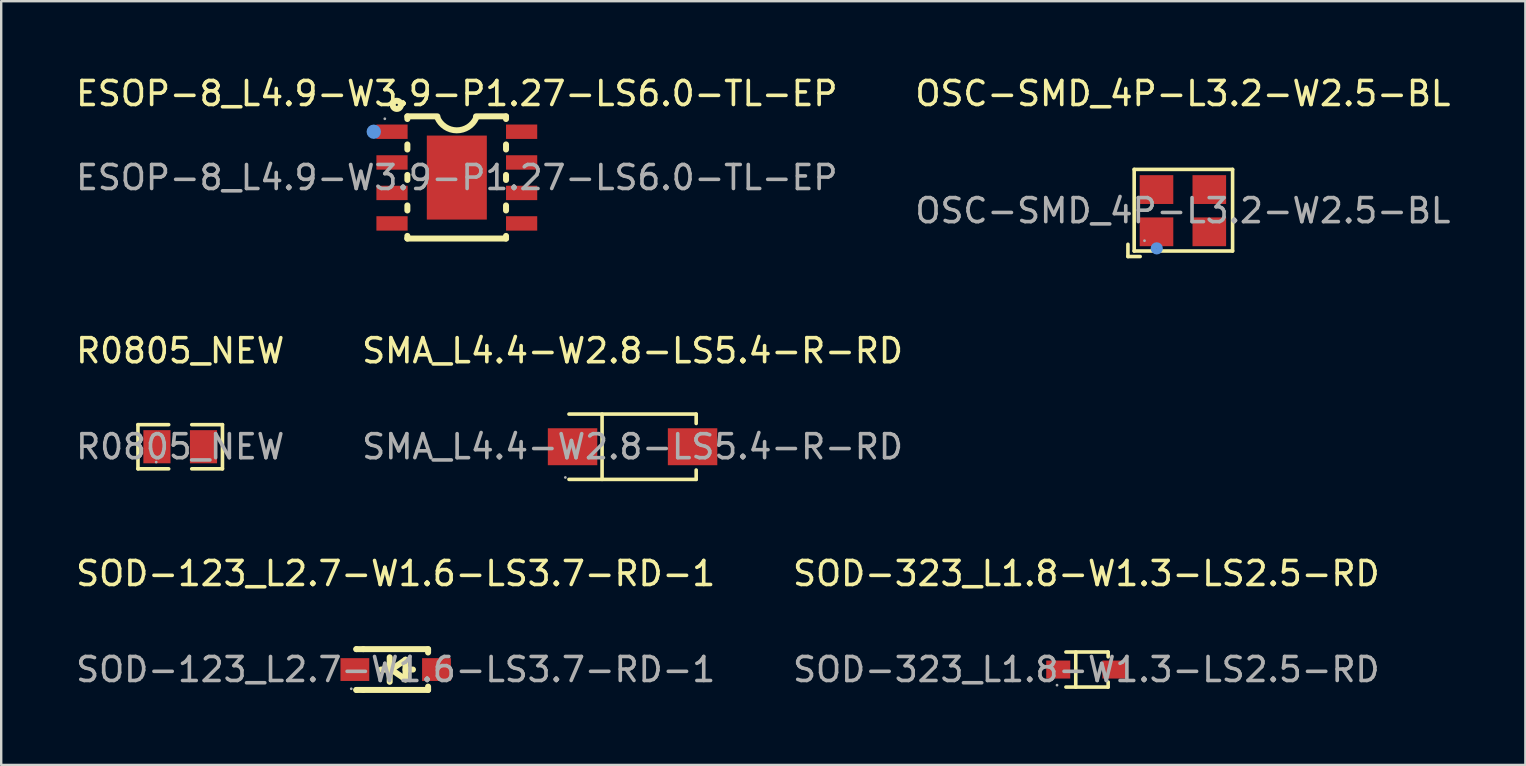
<source format=kicad_pcb>
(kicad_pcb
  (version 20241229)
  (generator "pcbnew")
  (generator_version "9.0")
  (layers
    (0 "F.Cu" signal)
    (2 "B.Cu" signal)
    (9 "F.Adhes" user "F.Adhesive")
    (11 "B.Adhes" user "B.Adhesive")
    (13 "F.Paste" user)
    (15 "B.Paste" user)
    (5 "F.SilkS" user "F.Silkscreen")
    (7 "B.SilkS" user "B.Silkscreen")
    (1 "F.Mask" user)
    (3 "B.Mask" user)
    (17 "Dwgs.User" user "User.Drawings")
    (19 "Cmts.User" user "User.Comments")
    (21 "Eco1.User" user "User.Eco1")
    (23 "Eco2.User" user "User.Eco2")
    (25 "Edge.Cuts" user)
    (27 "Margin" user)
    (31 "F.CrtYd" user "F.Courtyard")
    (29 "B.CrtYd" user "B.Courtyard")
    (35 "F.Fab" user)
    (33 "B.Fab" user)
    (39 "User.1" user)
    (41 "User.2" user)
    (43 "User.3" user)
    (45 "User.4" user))
  (footprint "SOD-123_L2.7-W1.6-LS3.7-RD-1"
    (layer "F.Cu")
    (at 13.435 24.845)
    (property "Reference" "SOD-123_L2.7-W1.6-LS3.7-RD-1" (at 0 -4 0) (layer "F.SilkS") (effects (font (size 1 1) (thickness 0.15))))
    (attr smd)
    (fp_line (start -1.64 -0.85) (end -1.64 -0.85) (stroke (width 0.25) (type solid)) (layer "F.SilkS"))
    (fp_line (start -1.64 0.85) (end -1.64 0.85) (stroke (width 0.25) (type solid)) (layer "F.SilkS"))
    (fp_line (start -1.35 -0.85) (end -1.64 -0.85) (stroke (width 0.25) (type solid)) (layer "F.SilkS"))
    (fp_line (start -1.35 -0.85) (end 1.35 -0.85) (stroke (width 0.25) (type solid)) (layer "F.SilkS"))
    (fp_line (start -1.35 0.85) (end -1.64 0.85) (stroke (width 0.25) (type solid)) (layer "F.SilkS"))
    (fp_line (start -0.28 0) (end -0.61 0) (stroke (width 0.25) (type solid)) (layer "F.SilkS"))
    (fp_line (start -0.25 -0.51) (end -0.25 0.51) (stroke (width 0.25) (type solid)) (layer "F.SilkS"))
    (fp_line (start -0.18 0) (end 0.41 -0.41) (stroke (width 0.25) (type solid)) (layer "F.SilkS"))
    (fp_line (start 0.41 -0.41) (end 0.41 0.41) (stroke (width 0.25) (type solid)) (layer "F.SilkS"))
    (fp_line (start 0.41 0) (end 0.72 0) (stroke (width 0.25) (type solid)) (layer "F.SilkS"))
    (fp_line (start 0.41 0.41) (end -0.18 0) (stroke (width 0.25) (type solid)) (layer "F.SilkS"))
    (fp_line (start 1.35 -0.85) (end 1.35 -0.71) (stroke (width 0.25) (type solid)) (layer "F.SilkS"))
    (fp_line (start 1.35 0.71) (end 1.35 0.85) (stroke (width 0.25) (type solid)) (layer "F.SilkS"))
    (fp_line (start 1.35 0.85) (end -1.35 0.85) (stroke (width 0.25) (type solid)) (layer "F.SilkS"))
    (fp_circle (center -1.85 0.8) (end -1.82 0.8) (stroke (width 0.06) (type solid)) (fill no) (layer "F.Fab"))
    (fp_text user "${REFERENCE}" (at 0 0 0) (layer "F.Fab") (effects (font (size 1 1) (thickness 0.15))))
    (pad "1" smd rect (at -1.7 0) (size 1.2 0.95) (layers "F.Cu" "F.Mask" "F.Paste"))
    (pad "2" smd rect (at 1.7 0) (size 1.2 0.95) (layers "F.Cu" "F.Mask" "F.Paste")))
  (footprint "SOD-323_L1.8-W1.3-LS2.5-RD"
    (layer "F.Cu")
    (at 42.208 24.845)
    (property "Reference" "SOD-323_L1.8-W1.3-LS2.5-RD" (at 0 -4 0) (layer "F.SilkS") (effects (font (size 1 1) (thickness 0.15))))
    (attr smd)
    (fp_line (start -0.85 -0.73) (end 0.91 -0.73) (stroke (width 0.15) (type solid)) (layer "F.SilkS"))
    (fp_line (start -0.85 0.73) (end 0.91 0.73) (stroke (width 0.15) (type solid)) (layer "F.SilkS"))
    (fp_line (start -0.44 -0.73) (end -0.44 0.73) (stroke (width 0.15) (type solid)) (layer "F.SilkS"))
    (fp_line (start 0.91 -0.73) (end 0.91 -0.53) (stroke (width 0.15) (type solid)) (layer "F.SilkS"))
    (fp_line (start 0.91 0.73) (end 0.91 0.52) (stroke (width 0.15) (type solid)) (layer "F.SilkS"))
    (fp_circle (center -1.22 0.65) (end -1.19 0.65) (stroke (width 0.06) (type solid)) (fill no) (layer "F.Fab"))
    (fp_text user "${REFERENCE}" (at 0 0 0) (layer "F.Fab") (effects (font (size 1 1) (thickness 0.15))))
    (pad "1" smd rect (at -1.17 0) (size 1 0.75) (layers "F.Cu" "F.Mask" "F.Paste"))
    (pad "2" smd rect (at 1.17 0) (size 1 0.75) (layers "F.Cu" "F.Mask" "F.Paste")))
  (footprint "R0805_NEW"
    (layer "F.Cu")
    (at 4.458 15.562)
    (property "Reference" "R0805_NEW" (at 0 -4 0) (layer "F.SilkS") (effects (font (size 1 1) (thickness 0.15))))
    (attr smd)
    (fp_line (start -1.76 -0.92) (end -0.48 -0.92) (stroke (width 0.15) (type solid)) (layer "F.SilkS"))
    (fp_line (start -1.76 0.92) (end -1.76 -0.92) (stroke (width 0.15) (type solid)) (layer "F.SilkS"))
    (fp_line (start -0.48 0.92) (end -1.76 0.92) (stroke (width 0.15) (type solid)) (layer "F.SilkS"))
    (fp_line (start 0.48 0.92) (end 1.76 0.92) (stroke (width 0.15) (type solid)) (layer "F.SilkS"))
    (fp_line (start 1.76 -0.92) (end 0.48 -0.92) (stroke (width 0.15) (type solid)) (layer "F.SilkS"))
    (fp_line (start 1.76 0.92) (end 1.76 -0.92) (stroke (width 0.15) (type solid)) (layer "F.SilkS"))
    (fp_circle (center -1 0.64) (end -0.97 0.64) (stroke (width 0.06) (type solid)) (fill no) (layer "F.Fab"))
    (fp_text user "${REFERENCE}" (at 0 0 0) (layer "F.Fab") (effects (font (size 1 1) (thickness 0.15))))
    (pad "1" smd rect (at -0.97 0) (size 1.13 1.38) (layers "F.Cu" "F.Mask" "F.Paste"))
    (pad "2" smd rect (at 0.97 0) (size 1.13 1.38) (layers "F.Cu" "F.Mask" "F.Paste")))
  (footprint "SMA_L4.4-W2.8-LS5.4-R-RD"
    (layer "F.Cu")
    (at 23.304 15.562)
    (property "Reference" "SMA_L4.4-W2.8-LS5.4-R-RD" (at 0 -4 0) (layer "F.SilkS") (effects (font (size 1 1) (thickness 0.15))))
    (attr smd)
    (fp_line (start -2.65 -1.36) (end 2.65 -1.36) (stroke (width 0.15) (type solid)) (layer "F.SilkS"))
    (fp_line (start -2.65 1.36) (end 2.65 1.36) (stroke (width 0.15) (type solid)) (layer "F.SilkS"))
    (fp_line (start -1.27 -1.36) (end -1.27 1.36) (stroke (width 0.15) (type solid)) (layer "F.SilkS"))
    (fp_line (start 2.65 -1.36) (end 2.65 -0.97) (stroke (width 0.15) (type solid)) (layer "F.SilkS"))
    (fp_line (start 2.65 1.36) (end 2.65 0.97) (stroke (width 0.15) (type solid)) (layer "F.SilkS"))
    (fp_circle (center -2.8 1.28) (end -2.77 1.28) (stroke (width 0.06) (type solid)) (fill no) (layer "F.Fab"))
    (fp_text user "${REFERENCE}" (at 0 0 0) (layer "F.Fab") (effects (font (size 1 1) (thickness 0.15))))
    (pad "1" smd rect (at 2.5 0) (size 2.06 1.54) (layers "F.Cu" "F.Mask" "F.Paste"))
    (pad "2" smd rect (at -2.5 0) (size 2.06 1.54) (layers "F.Cu" "F.Mask" "F.Paste")))
  (footprint "ESOP-8_L4.9-W3.9-P1.27-LS6.0-TL-EP"
    (layer "F.Cu")
    (at 15.982 4.348)
    (property "Reference" "ESOP-8_L4.9-W3.9-P1.27-LS6.0-TL-EP" (at 0 -3.5 0) (layer "F.SilkS") (effects (font (size 1 1) (thickness 0.15))))
    (attr smd)
    (fp_line (start -2.06 -2.55) (end -2.06 -2.44) (stroke (width 0.25) (type solid)) (layer "F.SilkS"))
    (fp_line (start -2.06 -1.38) (end -2.06 -1.17) (stroke (width 0.25) (type solid)) (layer "F.SilkS"))
    (fp_line (start -2.06 -0.11) (end -2.06 0.1) (stroke (width 0.25) (type solid)) (layer "F.SilkS"))
    (fp_line (start -2.06 1.16) (end -2.06 1.37) (stroke (width 0.25) (type solid)) (layer "F.SilkS"))
    (fp_line (start -2.06 2.43) (end -2.06 2.54) (stroke (width 0.25) (type solid)) (layer "F.SilkS"))
    (fp_line (start -0.81 -2.55) (end -2.06 -2.55) (stroke (width 0.25) (type solid)) (layer "F.SilkS"))
    (fp_line (start 0.8 -2.55) (end 2.05 -2.55) (stroke (width 0.25) (type solid)) (layer "F.SilkS"))
    (fp_line (start 2.05 -2.55) (end 2.05 -2.44) (stroke (width 0.25) (type solid)) (layer "F.SilkS"))
    (fp_line (start 2.05 -1.38) (end 2.05 -1.17) (stroke (width 0.25) (type solid)) (layer "F.SilkS"))
    (fp_line (start 2.05 -0.11) (end 2.05 0.1) (stroke (width 0.25) (type solid)) (layer "F.SilkS"))
    (fp_line (start 2.05 1.16) (end 2.05 1.37) (stroke (width 0.25) (type solid)) (layer "F.SilkS"))
    (fp_line (start 2.05 2.43) (end 2.05 2.54) (stroke (width 0.25) (type solid)) (layer "F.SilkS"))
    (fp_line (start 2.05 2.54) (end -2.06 2.54) (stroke (width 0.25) (type solid)) (layer "F.SilkS"))
    (fp_arc (start 0.804328 -2.487155) (mid -0.007021 -1.967645) (end -0.81 -2.5) (stroke (width 0.25) (type solid)) (layer "F.SilkS"))
    (fp_circle (center -2.5 -3.03) (end -2.33 -3.03) (stroke (width 0.25) (type solid)) (fill no) (layer "F.SilkS"))
    (fp_circle (center -3.46 -1.91) (end -3.31 -1.91) (stroke (width 0.3) (type solid)) (fill no) (layer "Cmts.User"))
    (fp_circle (center -3 -2.45) (end -2.97 -2.45) (stroke (width 0.06) (type solid)) (fill no) (layer "F.Fab"))
    (fp_text user "${REFERENCE}" (at 0 0 0) (layer "F.Fab") (effects (font (size 1 1) (thickness 0.15))))
    (pad "1" smd rect (at -2.7 -1.91) (size 1.3 0.6) (layers "F.Cu" "F.Mask" "F.Paste"))
    (pad "2" smd rect (at -2.7 -0.63) (size 1.3 0.6) (layers "F.Cu" "F.Mask" "F.Paste"))
    (pad "3" smd rect (at -2.7 0.64) (size 1.3 0.6) (layers "F.Cu" "F.Mask" "F.Paste"))
    (pad "4" smd rect (at -2.7 1.91) (size 1.3 0.6) (layers "F.Cu" "F.Mask" "F.Paste"))
    (pad "5" smd rect (at 2.7 1.91) (size 1.3 0.6) (layers "F.Cu" "F.Mask" "F.Paste"))
    (pad "6" smd rect (at 2.7 0.64) (size 1.3 0.6) (layers "F.Cu" "F.Mask" "F.Paste"))
    (pad "7" smd rect (at 2.7 -0.63) (size 1.3 0.6) (layers "F.Cu" "F.Mask" "F.Paste"))
    (pad "8" smd rect (at 2.7 -1.91) (size 1.3 0.6) (layers "F.Cu" "F.Mask" "F.Paste"))
    (pad "9" smd rect (at 0 0) (size 2.5 3.5) (layers "F.Cu" "F.Mask" "F.Paste")))
  (footprint "OSC-SMD_4P-L3.2-W2.5-BL"
    (layer "F.Cu")
    (at 46.232 5.728)
    (property "Reference" "OSC-SMD_4P-L3.2-W2.5-BL" (at 0 -4.88 0) (layer "F.SilkS") (effects (font (size 1 1) (thickness 0.15))))
    (attr smd)
    (fp_line (start -2.29 1.4) (end -2.29 1.91) (stroke (width 0.15) (type solid)) (layer "F.SilkS"))
    (fp_line (start -2.29 1.91) (end -1.78 1.91) (stroke (width 0.15) (type solid)) (layer "F.SilkS"))
    (fp_line (start -2.03 -1.72) (end -2.03 1.68) (stroke (width 0.15) (type solid)) (layer "F.SilkS"))
    (fp_line (start -2.03 1.68) (end 2.07 1.68) (stroke (width 0.15) (type solid)) (layer "F.SilkS"))
    (fp_line (start 2.07 -1.72) (end -2.03 -1.72) (stroke (width 0.15) (type solid)) (layer "F.SilkS"))
    (fp_line (start 2.07 1.68) (end 2.07 -1.72) (stroke (width 0.15) (type solid)) (layer "F.SilkS"))
    (fp_circle (center -1.09 1.57) (end -0.96 1.57) (stroke (width 0.25) (type solid)) (fill no) (layer "Cmts.User"))
    (fp_circle (center -1.6 1.25) (end -1.57 1.25) (stroke (width 0.06) (type solid)) (fill no) (layer "F.Fab"))
    (fp_text user "${REFERENCE}" (at 0 0 0) (layer "F.Fab") (effects (font (size 1 1) (thickness 0.15))))
    (pad "1" smd rect (at -1.1 0.88) (size 1.4 1.2) (layers "F.Cu" "F.Mask" "F.Paste"))
    (pad "2" smd rect (at 1.1 0.88) (size 1.4 1.2) (layers "F.Cu" "F.Mask" "F.Paste"))
    (pad "3" smd rect (at 1.1 -0.88) (size 1.4 1.2) (layers "F.Cu" "F.Mask" "F.Paste"))
    (pad "4" smd rect (at -1.1 -0.88) (size 1.4 1.2) (layers "F.Cu" "F.Mask" "F.Paste")))
  (gr_rect
    (start -3 -3)
    (end 60.5 28.82)
    (stroke (width 0.1) (type default))
    (fill no)
    (layer "Edge.Cuts")))
</source>
